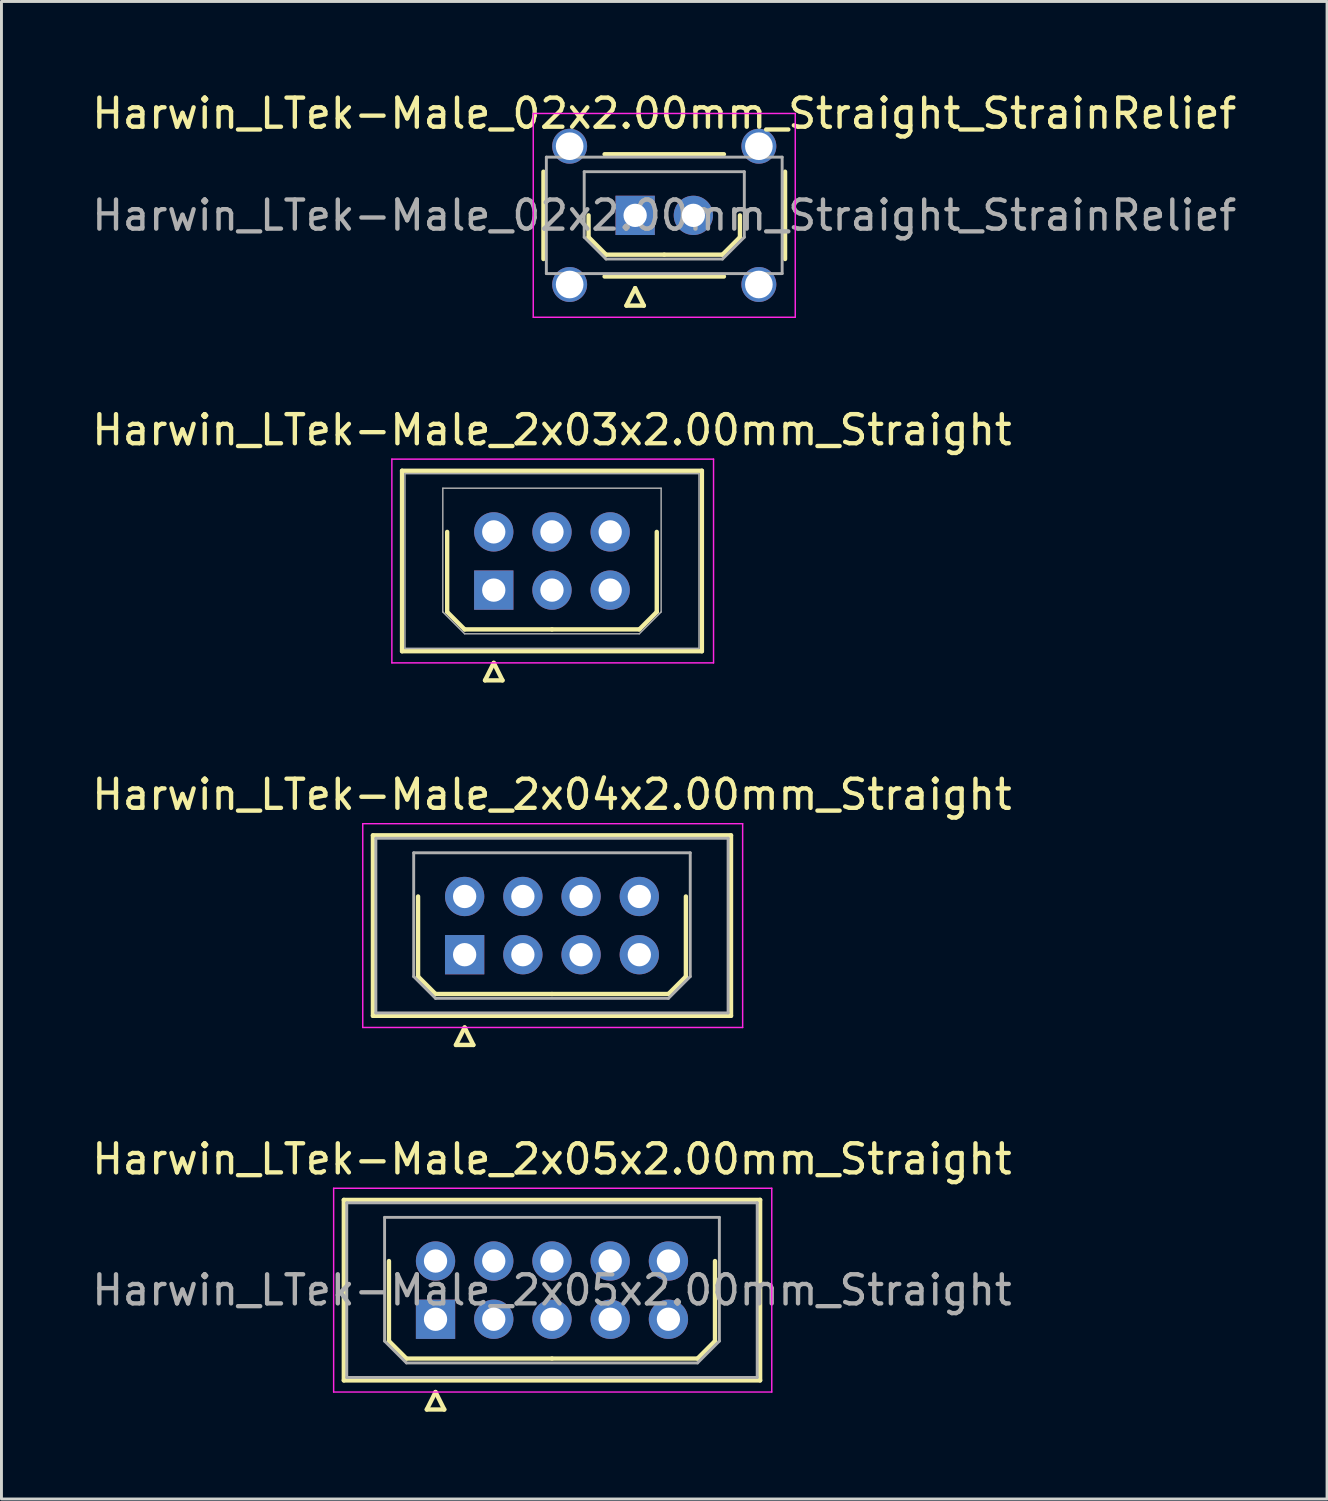
<source format=kicad_pcb>
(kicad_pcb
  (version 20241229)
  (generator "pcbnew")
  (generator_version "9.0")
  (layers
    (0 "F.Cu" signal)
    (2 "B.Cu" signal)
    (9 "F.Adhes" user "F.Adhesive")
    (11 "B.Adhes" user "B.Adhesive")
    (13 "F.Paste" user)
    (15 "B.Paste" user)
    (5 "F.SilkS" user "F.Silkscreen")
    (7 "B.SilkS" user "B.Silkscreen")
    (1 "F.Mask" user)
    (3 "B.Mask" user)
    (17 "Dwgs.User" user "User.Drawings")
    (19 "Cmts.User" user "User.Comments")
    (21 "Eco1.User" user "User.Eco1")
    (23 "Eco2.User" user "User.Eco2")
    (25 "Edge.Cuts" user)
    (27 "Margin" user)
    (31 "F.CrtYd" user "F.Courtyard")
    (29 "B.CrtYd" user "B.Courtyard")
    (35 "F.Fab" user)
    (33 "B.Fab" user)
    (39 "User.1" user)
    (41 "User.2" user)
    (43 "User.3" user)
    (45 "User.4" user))
  (footprint "Harwin_LTek-Male_2x05x2.00mm_Straight"
    (layer "F.Cu")
    (at 11.911 42.268)
    (property "Reference" "Harwin_LTek-Male_2x05x2.00mm_Straight" (at 4 -5.5 0) (layer "F.SilkS") (effects (font (size 1 1) (thickness 0.15))))
    (attr through_hole)
    (fp_line (start -3.15 -4.1) (end -3.15 2.1) (stroke (width 0.15) (type solid)) (layer "F.SilkS"))
    (fp_line (start -3.15 2.1) (end 11.15 2.1) (stroke (width 0.15) (type solid)) (layer "F.SilkS"))
    (fp_line (start -1.6 -2) (end -1.6 0.75) (stroke (width 0.15) (type solid)) (layer "F.SilkS"))
    (fp_line (start -1.6 0.75) (end -1 1.35) (stroke (width 0.15) (type solid)) (layer "F.SilkS"))
    (fp_line (start -1 1.35) (end 4 1.35) (stroke (width 0.15) (type solid)) (layer "F.SilkS"))
    (fp_line (start -0.3 3.1) (end 0.3 3.1) (stroke (width 0.15) (type solid)) (layer "F.SilkS"))
    (fp_line (start 0 2.5) (end -0.3 3.1) (stroke (width 0.15) (type solid)) (layer "F.SilkS"))
    (fp_line (start 0.3 3.1) (end 0 2.5) (stroke (width 0.15) (type solid)) (layer "F.SilkS"))
    (fp_line (start 9 1.35) (end 4 1.35) (stroke (width 0.15) (type solid)) (layer "F.SilkS"))
    (fp_line (start 9.6 -2) (end 9.6 0.75) (stroke (width 0.15) (type solid)) (layer "F.SilkS"))
    (fp_line (start 9.6 0.75) (end 9 1.35) (stroke (width 0.15) (type solid)) (layer "F.SilkS"))
    (fp_line (start 11.15 -4.1) (end -3.15 -4.1) (stroke (width 0.15) (type solid)) (layer "F.SilkS"))
    (fp_line (start 11.15 2.1) (end 11.15 -4.1) (stroke (width 0.15) (type solid)) (layer "F.SilkS"))
    (fp_line (start -3.5 -4.5) (end -3.5 2.5) (stroke (width 0.05) (type solid)) (layer "F.CrtYd"))
    (fp_line (start -3.5 2.5) (end 11.55 2.5) (stroke (width 0.05) (type solid)) (layer "F.CrtYd"))
    (fp_line (start 11.55 -4.5) (end -3.5 -4.5) (stroke (width 0.05) (type solid)) (layer "F.CrtYd"))
    (fp_line (start 11.55 2.5) (end 11.55 -4.5) (stroke (width 0.05) (type solid)) (layer "F.CrtYd"))
    (fp_line (start -3.05 -4) (end -3.05 2) (stroke (width 0.1) (type solid)) (layer "F.Fab"))
    (fp_line (start -3.05 2) (end 11.05 2) (stroke (width 0.1) (type solid)) (layer "F.Fab"))
    (fp_line (start -1.75 -3.5) (end 9.75 -3.5) (stroke (width 0.1) (type solid)) (layer "F.Fab"))
    (fp_line (start -1.75 0.75) (end -1.75 -3.5) (stroke (width 0.1) (type solid)) (layer "F.Fab"))
    (fp_line (start -1 1.5) (end -1.75 0.75) (stroke (width 0.1) (type solid)) (layer "F.Fab"))
    (fp_line (start 9 1.5) (end -1 1.5) (stroke (width 0.1) (type solid)) (layer "F.Fab"))
    (fp_line (start 9.75 -3.5) (end 9.75 0.75) (stroke (width 0.1) (type solid)) (layer "F.Fab"))
    (fp_line (start 9.75 0.75) (end 9 1.5) (stroke (width 0.1) (type solid)) (layer "F.Fab"))
    (fp_line (start 11.05 -4) (end -3.05 -4) (stroke (width 0.1) (type solid)) (layer "F.Fab"))
    (fp_line (start 11.05 2) (end 11.05 -4) (stroke (width 0.1) (type solid)) (layer "F.Fab"))
    (fp_text user "${REFERENCE}" (at 4 -1 0) (layer "F.Fab") (effects (font (size 1 1) (thickness 0.15))))
    (pad "1" thru_hole rect (at 0 0) (size 1.35 1.35) (drill 0.8) (layers "*.Cu" "*.Mask"))
    (pad "2" thru_hole circle (at 0 -2) (size 1.35 1.35) (drill 0.8) (layers "*.Cu" "*.Mask"))
    (pad "3" thru_hole circle (at 2 0) (size 1.35 1.35) (drill 0.8) (layers "*.Cu" "*.Mask"))
    (pad "4" thru_hole circle (at 2 -2) (size 1.35 1.35) (drill 0.8) (layers "*.Cu" "*.Mask"))
    (pad "5" thru_hole circle (at 4 0) (size 1.35 1.35) (drill 0.8) (layers "*.Cu" "*.Mask"))
    (pad "6" thru_hole circle (at 4 -2) (size 1.35 1.35) (drill 0.8) (layers "*.Cu" "*.Mask"))
    (pad "7" thru_hole circle (at 6 0) (size 1.35 1.35) (drill 0.8) (layers "*.Cu" "*.Mask"))
    (pad "8" thru_hole circle (at 6 -2) (size 1.35 1.35) (drill 0.8) (layers "*.Cu" "*.Mask"))
    (pad "9" thru_hole circle (at 8 0) (size 1.35 1.35) (drill 0.8) (layers "*.Cu" "*.Mask"))
    (pad "10" thru_hole circle (at 8 -2) (size 1.35 1.35) (drill 0.8) (layers "*.Cu" "*.Mask")))
  (footprint "Harwin_LTek-Male_2x03x2.00mm_Straight"
    (layer "F.Cu")
    (at 13.911 17.221)
    (property "Reference" "Harwin_LTek-Male_2x03x2.00mm_Straight" (at 2 -5.5 0) (layer "F.SilkS") (effects (font (size 1 1) (thickness 0.15))))
    (attr through_hole)
    (fp_line (start -3.15 -4.1) (end -3.15 2.1) (stroke (width 0.15) (type solid)) (layer "F.SilkS"))
    (fp_line (start -3.15 2.1) (end 7.15 2.1) (stroke (width 0.15) (type solid)) (layer "F.SilkS"))
    (fp_line (start -1.6 -2) (end -1.6 0.75) (stroke (width 0.15) (type solid)) (layer "F.SilkS"))
    (fp_line (start -1.6 0.75) (end -1 1.35) (stroke (width 0.15) (type solid)) (layer "F.SilkS"))
    (fp_line (start -1 1.35) (end 2 1.35) (stroke (width 0.15) (type solid)) (layer "F.SilkS"))
    (fp_line (start -0.3 3.1) (end 0.3 3.1) (stroke (width 0.15) (type solid)) (layer "F.SilkS"))
    (fp_line (start 0 2.5) (end -0.3 3.1) (stroke (width 0.15) (type solid)) (layer "F.SilkS"))
    (fp_line (start 0.3 3.1) (end 0 2.5) (stroke (width 0.15) (type solid)) (layer "F.SilkS"))
    (fp_line (start 5 1.35) (end 2 1.35) (stroke (width 0.15) (type solid)) (layer "F.SilkS"))
    (fp_line (start 5.6 -2) (end 5.6 0.75) (stroke (width 0.15) (type solid)) (layer "F.SilkS"))
    (fp_line (start 5.6 0.75) (end 5 1.35) (stroke (width 0.15) (type solid)) (layer "F.SilkS"))
    (fp_line (start 7.15 -4.1) (end -3.15 -4.1) (stroke (width 0.15) (type solid)) (layer "F.SilkS"))
    (fp_line (start 7.15 2.1) (end 7.15 -4.1) (stroke (width 0.15) (type solid)) (layer "F.SilkS"))
    (fp_line (start -3.5 -4.5) (end -3.5 2.5) (stroke (width 0.05) (type solid)) (layer "F.CrtYd"))
    (fp_line (start -3.5 2.5) (end 7.55 2.5) (stroke (width 0.05) (type solid)) (layer "F.CrtYd"))
    (fp_line (start 7.55 -4.5) (end -3.5 -4.5) (stroke (width 0.05) (type solid)) (layer "F.CrtYd"))
    (fp_line (start 7.55 2.5) (end 7.55 -4.5) (stroke (width 0.05) (type solid)) (layer "F.CrtYd"))
    (fp_line (start -3.05 -4) (end -3.05 2) (stroke (width 0.05) (type solid)) (layer "F.Fab"))
    (fp_line (start -3.05 2) (end 7.05 2) (stroke (width 0.05) (type solid)) (layer "F.Fab"))
    (fp_line (start -1.75 -3.5) (end 5.75 -3.5) (stroke (width 0.05) (type solid)) (layer "F.Fab"))
    (fp_line (start -1.75 0.75) (end -1.75 -3.5) (stroke (width 0.05) (type solid)) (layer "F.Fab"))
    (fp_line (start -1 1.5) (end -1.75 0.75) (stroke (width 0.05) (type solid)) (layer "F.Fab"))
    (fp_line (start 5 1.5) (end -1 1.5) (stroke (width 0.05) (type solid)) (layer "F.Fab"))
    (fp_line (start 5.75 -3.5) (end 5.75 0.75) (stroke (width 0.05) (type solid)) (layer "F.Fab"))
    (fp_line (start 5.75 0.75) (end 5 1.5) (stroke (width 0.05) (type solid)) (layer "F.Fab"))
    (fp_line (start 7.05 -4) (end -3.05 -4) (stroke (width 0.05) (type solid)) (layer "F.Fab"))
    (fp_line (start 7.05 2) (end 7.05 -4) (stroke (width 0.05) (type solid)) (layer "F.Fab"))
    (pad "1" thru_hole rect (at 0 0) (size 1.35 1.35) (drill 0.8) (layers "*.Cu" "*.Mask"))
    (pad "2" thru_hole circle (at 0 -2) (size 1.35 1.35) (drill 0.8) (layers "*.Cu" "*.Mask"))
    (pad "3" thru_hole circle (at 2 0) (size 1.35 1.35) (drill 0.8) (layers "*.Cu" "*.Mask"))
    (pad "4" thru_hole circle (at 2 -2) (size 1.35 1.35) (drill 0.8) (layers "*.Cu" "*.Mask"))
    (pad "5" thru_hole circle (at 4 0) (size 1.35 1.35) (drill 0.8) (layers "*.Cu" "*.Mask"))
    (pad "6" thru_hole circle (at 4 -2) (size 1.35 1.35) (drill 0.8) (layers "*.Cu" "*.Mask")))
  (footprint "Harwin_LTek-Male_2x04x2.00mm_Straight"
    (layer "F.Cu")
    (at 12.911 29.745)
    (property "Reference" "Harwin_LTek-Male_2x04x2.00mm_Straight" (at 3 -5.5 0) (layer "F.SilkS") (effects (font (size 1 1) (thickness 0.15))))
    (attr through_hole)
    (fp_line (start -3.15 -4.1) (end -3.15 2.1) (stroke (width 0.15) (type solid)) (layer "F.SilkS"))
    (fp_line (start -3.15 2.1) (end 9.15 2.1) (stroke (width 0.15) (type solid)) (layer "F.SilkS"))
    (fp_line (start -1.6 -2) (end -1.6 0.75) (stroke (width 0.15) (type solid)) (layer "F.SilkS"))
    (fp_line (start -1.6 0.75) (end -1 1.35) (stroke (width 0.15) (type solid)) (layer "F.SilkS"))
    (fp_line (start -1 1.35) (end 3 1.35) (stroke (width 0.15) (type solid)) (layer "F.SilkS"))
    (fp_line (start -0.3 3.1) (end 0.3 3.1) (stroke (width 0.15) (type solid)) (layer "F.SilkS"))
    (fp_line (start 0 2.5) (end -0.3 3.1) (stroke (width 0.15) (type solid)) (layer "F.SilkS"))
    (fp_line (start 0.3 3.1) (end 0 2.5) (stroke (width 0.15) (type solid)) (layer "F.SilkS"))
    (fp_line (start 7 1.35) (end 3 1.35) (stroke (width 0.15) (type solid)) (layer "F.SilkS"))
    (fp_line (start 7.6 -2) (end 7.6 0.75) (stroke (width 0.15) (type solid)) (layer "F.SilkS"))
    (fp_line (start 7.6 0.75) (end 7 1.35) (stroke (width 0.15) (type solid)) (layer "F.SilkS"))
    (fp_line (start 9.15 -4.1) (end -3.15 -4.1) (stroke (width 0.15) (type solid)) (layer "F.SilkS"))
    (fp_line (start 9.15 2.1) (end 9.15 -4.1) (stroke (width 0.15) (type solid)) (layer "F.SilkS"))
    (fp_line (start -3.5 -4.5) (end -3.5 2.5) (stroke (width 0.05) (type solid)) (layer "F.CrtYd"))
    (fp_line (start -3.5 2.5) (end 9.55 2.5) (stroke (width 0.05) (type solid)) (layer "F.CrtYd"))
    (fp_line (start 9.55 -4.5) (end -3.5 -4.5) (stroke (width 0.05) (type solid)) (layer "F.CrtYd"))
    (fp_line (start 9.55 2.5) (end 9.55 -4.5) (stroke (width 0.05) (type solid)) (layer "F.CrtYd"))
    (fp_line (start -3.05 -4) (end -3.05 2) (stroke (width 0.1) (type solid)) (layer "F.Fab"))
    (fp_line (start -3.05 2) (end 9.05 2) (stroke (width 0.1) (type solid)) (layer "F.Fab"))
    (fp_line (start -1.75 -3.5) (end 7.75 -3.5) (stroke (width 0.1) (type solid)) (layer "F.Fab"))
    (fp_line (start -1.75 0.75) (end -1.75 -3.5) (stroke (width 0.1) (type solid)) (layer "F.Fab"))
    (fp_line (start -1 1.5) (end -1.75 0.75) (stroke (width 0.1) (type solid)) (layer "F.Fab"))
    (fp_line (start 7 1.5) (end -1 1.5) (stroke (width 0.1) (type solid)) (layer "F.Fab"))
    (fp_line (start 7.75 -3.5) (end 7.75 0.75) (stroke (width 0.1) (type solid)) (layer "F.Fab"))
    (fp_line (start 7.75 0.75) (end 7 1.5) (stroke (width 0.1) (type solid)) (layer "F.Fab"))
    (fp_line (start 9.05 -4) (end -3.05 -4) (stroke (width 0.1) (type solid)) (layer "F.Fab"))
    (fp_line (start 9.05 2) (end 9.05 -4) (stroke (width 0.1) (type solid)) (layer "F.Fab"))
    (pad "1" thru_hole rect (at 0 0) (size 1.35 1.35) (drill 0.8) (layers "*.Cu" "*.Mask"))
    (pad "2" thru_hole circle (at 0 -2) (size 1.35 1.35) (drill 0.8) (layers "*.Cu" "*.Mask"))
    (pad "3" thru_hole circle (at 2 0) (size 1.35 1.35) (drill 0.8) (layers "*.Cu" "*.Mask"))
    (pad "4" thru_hole circle (at 2 -2) (size 1.35 1.35) (drill 0.8) (layers "*.Cu" "*.Mask"))
    (pad "5" thru_hole circle (at 4 0) (size 1.35 1.35) (drill 0.8) (layers "*.Cu" "*.Mask"))
    (pad "6" thru_hole circle (at 4 -2) (size 1.35 1.35) (drill 0.8) (layers "*.Cu" "*.Mask"))
    (pad "7" thru_hole circle (at 6 0) (size 1.35 1.35) (drill 0.8) (layers "*.Cu" "*.Mask"))
    (pad "8" thru_hole circle (at 6 -2) (size 1.35 1.35) (drill 0.8) (layers "*.Cu" "*.Mask")))
  (footprint "Harwin_LTek-Male_02x2.00mm_Straight_StrainRelief"
    (layer "F.Cu")
    (at 18.768 4.348)
    (property "Reference" "Harwin_LTek-Male_02x2.00mm_Straight_StrainRelief" (at 1 -3.5 0) (layer "F.SilkS") (effects (font (size 1 1) (thickness 0.15))))
    (attr through_hole)
    (fp_line (start -3.15 -1.5) (end -3.15 1.5) (stroke (width 0.15) (type solid)) (layer "F.SilkS"))
    (fp_line (start -1.6 0) (end -1.6 0.75) (stroke (width 0.15) (type solid)) (layer "F.SilkS"))
    (fp_line (start -1.6 0.75) (end -1 1.35) (stroke (width 0.15) (type solid)) (layer "F.SilkS"))
    (fp_line (start -1.05 -2.1) (end 3.05 -2.1) (stroke (width 0.15) (type solid)) (layer "F.SilkS"))
    (fp_line (start -1.05 2.1) (end 3.05 2.1) (stroke (width 0.15) (type solid)) (layer "F.SilkS"))
    (fp_line (start -1 1.35) (end 1 1.35) (stroke (width 0.15) (type solid)) (layer "F.SilkS"))
    (fp_line (start -0.3 3.1) (end 0.3 3.1) (stroke (width 0.15) (type solid)) (layer "F.SilkS"))
    (fp_line (start 0 2.5) (end -0.3 3.1) (stroke (width 0.15) (type solid)) (layer "F.SilkS"))
    (fp_line (start 0.3 3.1) (end 0 2.5) (stroke (width 0.15) (type solid)) (layer "F.SilkS"))
    (fp_line (start 3 1.35) (end 1 1.35) (stroke (width 0.15) (type solid)) (layer "F.SilkS"))
    (fp_line (start 3.6 0) (end 3.6 0.75) (stroke (width 0.15) (type solid)) (layer "F.SilkS"))
    (fp_line (start 3.6 0.75) (end 3 1.35) (stroke (width 0.15) (type solid)) (layer "F.SilkS"))
    (fp_line (start 5.15 -1.5) (end 5.15 1.5) (stroke (width 0.15) (type solid)) (layer "F.SilkS"))
    (fp_line (start -3.5 -3.5) (end -3.5 3.5) (stroke (width 0.05) (type solid)) (layer "F.CrtYd"))
    (fp_line (start -3.5 3.5) (end 5.5 3.5) (stroke (width 0.05) (type solid)) (layer "F.CrtYd"))
    (fp_line (start 5.5 -3.5) (end -3.5 -3.5) (stroke (width 0.05) (type solid)) (layer "F.CrtYd"))
    (fp_line (start 5.5 3.5) (end 5.5 -3.5) (stroke (width 0.05) (type solid)) (layer "F.CrtYd"))
    (fp_line (start -3.05 -2) (end -3.05 2) (stroke (width 0.1) (type solid)) (layer "F.Fab"))
    (fp_line (start -3.05 2) (end 5.05 2) (stroke (width 0.1) (type solid)) (layer "F.Fab"))
    (fp_line (start -1.75 -1.5) (end 3.75 -1.5) (stroke (width 0.1) (type solid)) (layer "F.Fab"))
    (fp_line (start -1.75 0.75) (end -1.75 -1.5) (stroke (width 0.1) (type solid)) (layer "F.Fab"))
    (fp_line (start -1 1.5) (end -1.75 0.75) (stroke (width 0.1) (type solid)) (layer "F.Fab"))
    (fp_line (start 3 1.5) (end -1 1.5) (stroke (width 0.1) (type solid)) (layer "F.Fab"))
    (fp_line (start 3.75 -1.5) (end 3.75 0.75) (stroke (width 0.1) (type solid)) (layer "F.Fab"))
    (fp_line (start 3.75 0.75) (end 3 1.5) (stroke (width 0.1) (type solid)) (layer "F.Fab"))
    (fp_line (start 5.05 -2) (end -3.05 -2) (stroke (width 0.1) (type solid)) (layer "F.Fab"))
    (fp_line (start 5.05 2) (end 5.05 -2) (stroke (width 0.1) (type solid)) (layer "F.Fab"))
    (fp_text user "${REFERENCE}" (at 1 0 0) (layer "F.Fab") (effects (font (size 1 1) (thickness 0.15))))
    (pad "" thru_hole circle (at -2.25 -2.375) (size 1.2 1.2) (drill 0.95) (layers "*.Cu" "*.Mask"))
    (pad "" thru_hole circle (at -2.25 2.375) (size 1.2 1.2) (drill 0.95) (layers "*.Cu" "*.Mask"))
    (pad "" thru_hole circle (at 4.25 -2.375) (size 1.2 1.2) (drill 0.95) (layers "*.Cu" "*.Mask"))
    (pad "" thru_hole circle (at 4.25 2.375) (size 1.2 1.2) (drill 0.95) (layers "*.Cu" "*.Mask"))
    (pad "1" thru_hole rect (at 0 0) (size 1.35 1.35) (drill 0.8) (layers "*.Cu" "*.Mask"))
    (pad "2" thru_hole circle (at 2 0) (size 1.35 1.35) (drill 0.8) (layers "*.Cu" "*.Mask")))
  (gr_rect
    (start -3 -3)
    (end 42.536 48.443)
    (stroke (width 0.1) (type default))
    (fill no)
    (layer "Edge.Cuts")))
</source>
